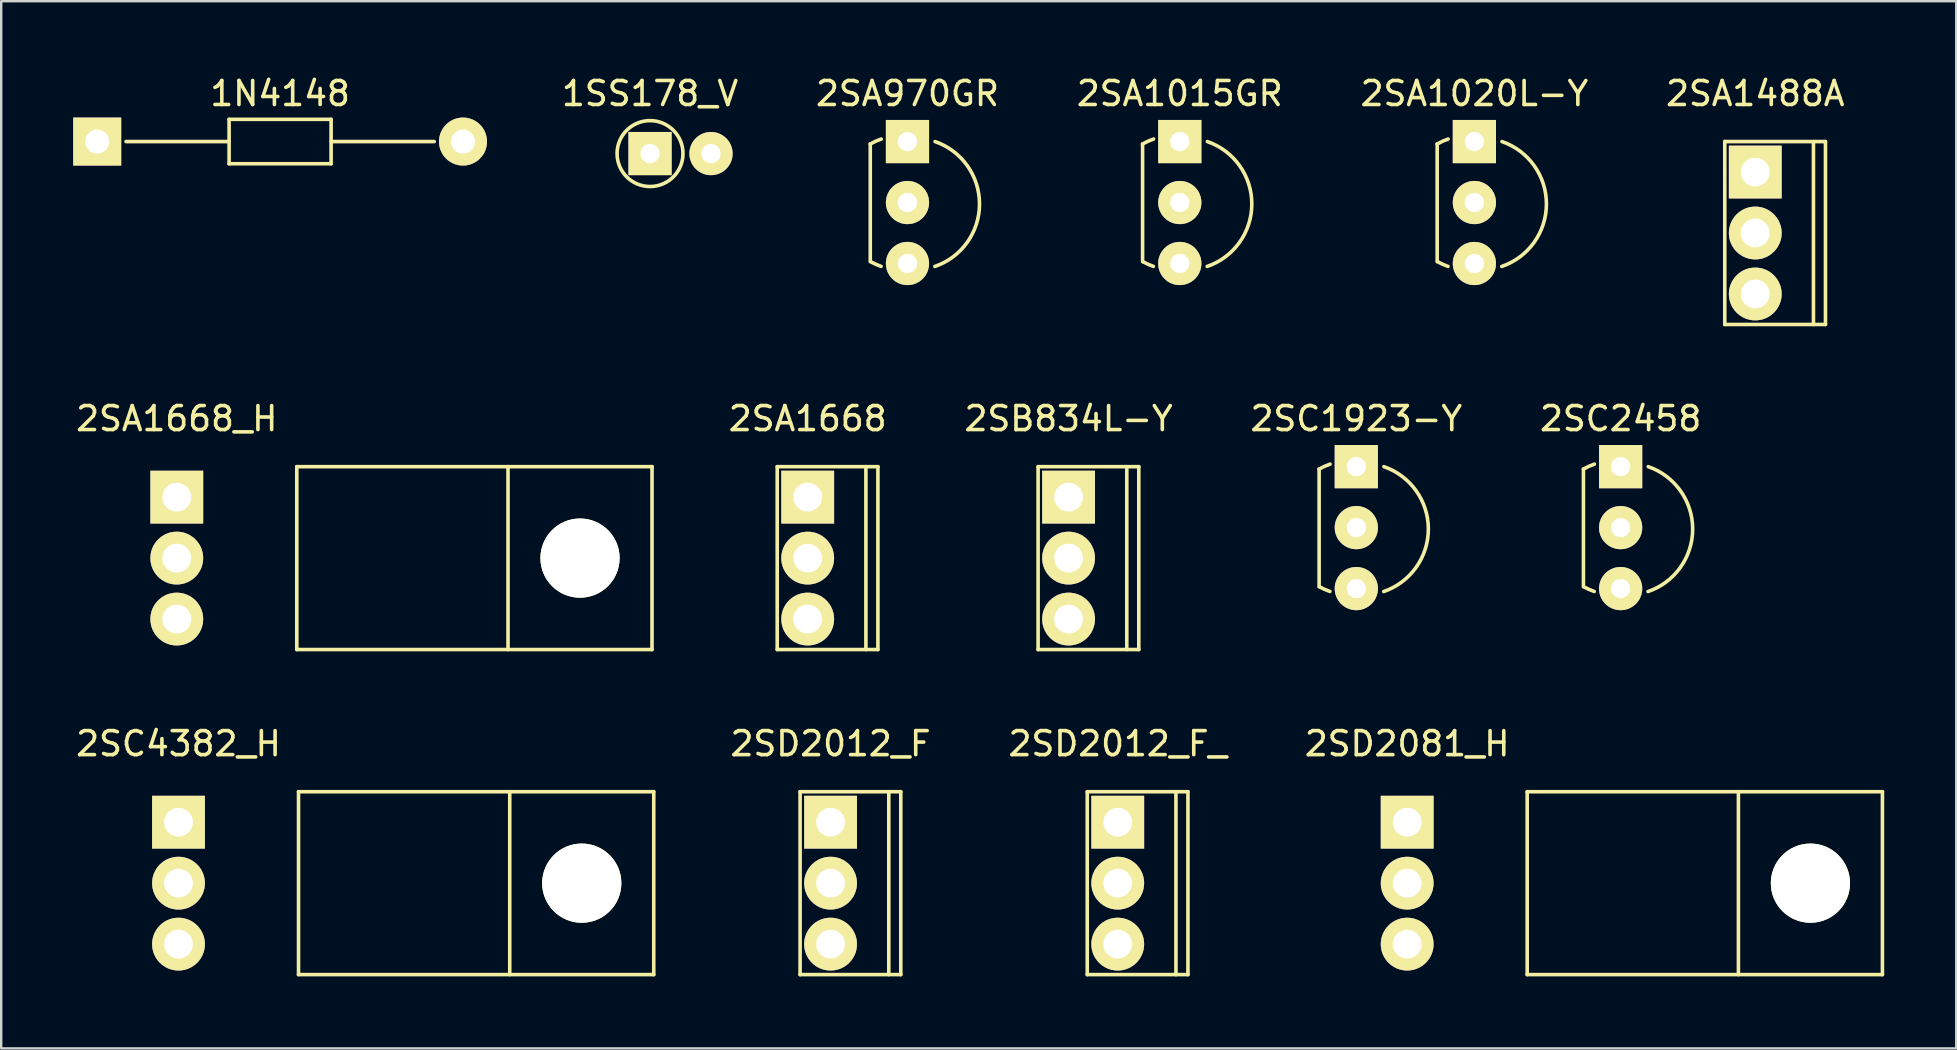
<source format=kicad_pcb>
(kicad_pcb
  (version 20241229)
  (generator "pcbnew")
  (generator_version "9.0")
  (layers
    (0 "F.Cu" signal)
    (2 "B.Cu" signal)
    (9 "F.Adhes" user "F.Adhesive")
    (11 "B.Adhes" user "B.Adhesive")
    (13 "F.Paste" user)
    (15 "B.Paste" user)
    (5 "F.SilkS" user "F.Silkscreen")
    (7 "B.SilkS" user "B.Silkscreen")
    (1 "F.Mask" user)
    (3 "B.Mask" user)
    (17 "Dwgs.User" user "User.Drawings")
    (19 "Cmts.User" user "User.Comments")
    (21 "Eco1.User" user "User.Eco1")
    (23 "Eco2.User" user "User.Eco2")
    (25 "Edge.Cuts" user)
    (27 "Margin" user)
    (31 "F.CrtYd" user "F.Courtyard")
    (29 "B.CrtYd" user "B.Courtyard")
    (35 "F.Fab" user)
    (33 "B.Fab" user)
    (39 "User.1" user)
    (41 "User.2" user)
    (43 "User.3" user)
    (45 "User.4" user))
  (footprint "2SB834L-Y"
    (layer "F.Cu")
    (at 41.47 17.662)
    (property "Reference" "2SB834L-Y" (at 0 -3.27 0) (layer "F.SilkS") (effects (font (size 1 1) (thickness 0.15))))
    (attr through_hole)
    (fp_line (start -1.27 -1.27) (end -1.27 6.35) (stroke (width 0.15) (type solid)) (layer "F.SilkS"))
    (fp_line (start -1.27 -1.27) (end 2.925 -1.27) (stroke (width 0.15) (type solid)) (layer "F.SilkS"))
    (fp_line (start -1.27 6.35) (end 2.925 6.35) (stroke (width 0.15) (type solid)) (layer "F.SilkS"))
    (fp_line (start 2.425 -1.27) (end 2.425 6.35) (stroke (width 0.15) (type solid)) (layer "F.SilkS"))
    (fp_line (start 2.925 -1.27) (end 2.925 6.35) (stroke (width 0.15) (type solid)) (layer "F.SilkS"))
    (pad "1" thru_hole rect (at 0 0) (size 2.2 2.2) (drill 1.2) (layers "*.Cu" "*.Mask" "F.SilkS"))
    (pad "2" thru_hole circle (at 0 2.54) (size 2.2 2.2) (drill 1.2) (layers "*.Cu" "*.Mask" "F.SilkS"))
    (pad "3" thru_hole circle (at 0 5.08) (size 2.2 2.2) (drill 1.2) (layers "*.Cu" "*.Mask" "F.SilkS")))
  (footprint "2SA1668_H"
    (layer "F.Cu")
    (at 4.315 17.662)
    (property "Reference" "2SA1668_H" (at 0 -3.27 0) (layer "F.SilkS") (effects (font (size 1 1) (thickness 0.15))))
    (attr through_hole)
    (fp_line (start 5 -1.27) (end 5 6.35) (stroke (width 0.15) (type solid)) (layer "F.SilkS"))
    (fp_line (start 5 -1.27) (end 19.8 -1.27) (stroke (width 0.15) (type solid)) (layer "F.SilkS"))
    (fp_line (start 5 6.35) (end 19.8 6.35) (stroke (width 0.15) (type solid)) (layer "F.SilkS"))
    (fp_line (start 13.8 -1.27) (end 13.8 6.35) (stroke (width 0.15) (type solid)) (layer "F.SilkS"))
    (fp_line (start 19.8 -1.27) (end 19.8 6.35) (stroke (width 0.15) (type solid)) (layer "F.SilkS"))
    (pad "" np_thru_hole circle (at 16.8 2.54) (size 3.3 3.3) (drill 3.3) (layers "*.Cu" "*.Mask" "F.SilkS"))
    (pad "1" thru_hole rect (at 0 0) (size 2.2 2.2) (drill 1.2) (layers "*.Cu" "*.Mask" "F.SilkS"))
    (pad "2" thru_hole circle (at 0 2.54) (size 2.2 2.2) (drill 1.2) (layers "*.Cu" "*.Mask" "F.SilkS"))
    (pad "3" thru_hole circle (at 0 5.08) (size 2.2 2.2) (drill 1.2) (layers "*.Cu" "*.Mask" "F.SilkS")))
  (footprint "2SA1020L-Y"
    (layer "F.Cu")
    (at 58.377 2.848)
    (property "Reference" "2SA1020L-Y" (at 0 -2 0) (layer "F.SilkS") (effects (font (size 1 1) (thickness 0.15))))
    (attr through_hole)
    (fp_line (start -1.55 5) (end -1.55 0.1) (stroke (width 0.15) (type solid)) (layer "F.SilkS"))
    (fp_arc (start -1.55 0.1) (mid -1.326783 -0.012505) (end -1.09461 -0.105127) (stroke (width 0.15) (type solid)) (layer "F.SilkS"))
    (fp_arc (start -1.1 5.2) (mid -1.32318 5.111666) (end -1.537812 5.004217) (stroke (width 0.15) (type solid)) (layer "F.SilkS"))
    (fp_arc (start 1.15 0) (mid 3.00136 2.60449) (end 1.14151 5.202923) (stroke (width 0.15) (type solid)) (layer "F.SilkS"))
    (pad "1" thru_hole rect (at 0 0) (size 1.8 1.8) (drill 0.8) (layers "*.Cu" "*.Mask" "F.SilkS"))
    (pad "2" thru_hole circle (at 0 2.54) (size 1.8 1.8) (drill 0.8) (layers "*.Cu" "*.Mask" "F.SilkS"))
    (pad "3" thru_hole circle (at 0 5.08) (size 1.8 1.8) (drill 0.8) (layers "*.Cu" "*.Mask" "F.SilkS")))
  (footprint "2SD2081_H"
    (layer "F.Cu")
    (at 55.577 31.205)
    (property "Reference" "2SD2081_H" (at 0 -3.27 0) (layer "F.SilkS") (effects (font (size 1 1) (thickness 0.15))))
    (attr through_hole)
    (fp_line (start 5 -1.27) (end 5 6.35) (stroke (width 0.15) (type solid)) (layer "F.SilkS"))
    (fp_line (start 5 -1.27) (end 19.8 -1.27) (stroke (width 0.15) (type solid)) (layer "F.SilkS"))
    (fp_line (start 5 6.35) (end 19.8 6.35) (stroke (width 0.15) (type solid)) (layer "F.SilkS"))
    (fp_line (start 13.8 -1.27) (end 13.8 6.35) (stroke (width 0.15) (type solid)) (layer "F.SilkS"))
    (fp_line (start 19.8 -1.27) (end 19.8 6.35) (stroke (width 0.15) (type solid)) (layer "F.SilkS"))
    (pad "" np_thru_hole circle (at 16.8 2.54) (size 3.3 3.3) (drill 3.3) (layers "*.Cu" "*.Mask" "F.SilkS"))
    (pad "1" thru_hole rect (at 0 0) (size 2.2 2.2) (drill 1.2) (layers "*.Cu" "*.Mask" "F.SilkS"))
    (pad "2" thru_hole circle (at 0 2.54) (size 2.2 2.2) (drill 1.2) (layers "*.Cu" "*.Mask" "F.SilkS"))
    (pad "3" thru_hole circle (at 0 5.08) (size 2.2 2.2) (drill 1.2) (layers "*.Cu" "*.Mask" "F.SilkS")))
  (footprint "2SC4382_H"
    (layer "F.Cu")
    (at 4.387 31.205)
    (property "Reference" "2SC4382_H" (at 0 -3.27 0) (layer "F.SilkS") (effects (font (size 1 1) (thickness 0.15))))
    (attr through_hole)
    (fp_line (start 5 -1.27) (end 5 6.35) (stroke (width 0.15) (type solid)) (layer "F.SilkS"))
    (fp_line (start 5 -1.27) (end 19.8 -1.27) (stroke (width 0.15) (type solid)) (layer "F.SilkS"))
    (fp_line (start 5 6.35) (end 19.8 6.35) (stroke (width 0.15) (type solid)) (layer "F.SilkS"))
    (fp_line (start 13.8 -1.27) (end 13.8 6.35) (stroke (width 0.15) (type solid)) (layer "F.SilkS"))
    (fp_line (start 19.8 -1.27) (end 19.8 6.35) (stroke (width 0.15) (type solid)) (layer "F.SilkS"))
    (pad "" np_thru_hole circle (at 16.8 2.54) (size 3.3 3.3) (drill 3.3) (layers "*.Cu" "*.Mask" "F.SilkS"))
    (pad "1" thru_hole rect (at 0 0) (size 2.2 2.2) (drill 1.2) (layers "*.Cu" "*.Mask" "F.SilkS"))
    (pad "2" thru_hole circle (at 0 2.54) (size 2.2 2.2) (drill 1.2) (layers "*.Cu" "*.Mask" "F.SilkS"))
    (pad "3" thru_hole circle (at 0 5.08) (size 2.2 2.2) (drill 1.2) (layers "*.Cu" "*.Mask" "F.SilkS")))
  (footprint "1SS178_V"
    (layer "F.Cu")
    (at 24.032 3.348)
    (property "Reference" "1SS178_V" (at 0 -2.5 0) (layer "F.SilkS") (effects (font (size 1 1) (thickness 0.15))))
    (attr through_hole)
    (fp_circle (center 0 0) (end 0 -1.373) (stroke (width 0.15) (type solid)) (fill no) (layer "F.SilkS"))
    (pad "1" thru_hole rect (at 0 0) (size 1.8 1.8) (drill 0.8) (layers "*.Cu" "*.Mask" "F.SilkS"))
    (pad "2" thru_hole circle (at 2.54 0) (size 1.8 1.8) (drill 0.8) (layers "*.Cu" "*.Mask" "F.SilkS")))
  (footprint "2SA1488A"
    (layer "F.Cu")
    (at 70.079 4.118)
    (property "Reference" "2SA1488A" (at 0 -3.27 0) (layer "F.SilkS") (effects (font (size 1 1) (thickness 0.15))))
    (attr through_hole)
    (fp_line (start -1.27 -1.27) (end -1.27 6.35) (stroke (width 0.15) (type solid)) (layer "F.SilkS"))
    (fp_line (start -1.27 -1.27) (end 2.925 -1.27) (stroke (width 0.15) (type solid)) (layer "F.SilkS"))
    (fp_line (start -1.27 6.35) (end 2.925 6.35) (stroke (width 0.15) (type solid)) (layer "F.SilkS"))
    (fp_line (start 2.425 -1.27) (end 2.425 6.35) (stroke (width 0.15) (type solid)) (layer "F.SilkS"))
    (fp_line (start 2.925 -1.27) (end 2.925 6.35) (stroke (width 0.15) (type solid)) (layer "F.SilkS"))
    (pad "1" thru_hole rect (at 0 0) (size 2.2 2.2) (drill 1.2) (layers "*.Cu" "*.Mask" "F.SilkS"))
    (pad "2" thru_hole circle (at 0 2.54) (size 2.2 2.2) (drill 1.2) (layers "*.Cu" "*.Mask" "F.SilkS"))
    (pad "3" thru_hole circle (at 0 5.08) (size 2.2 2.2) (drill 1.2) (layers "*.Cu" "*.Mask" "F.SilkS")))
  (footprint "2SC1923-Y"
    (layer "F.Cu")
    (at 53.458 16.392)
    (property "Reference" "2SC1923-Y" (at 0 -2 0) (layer "F.SilkS") (effects (font (size 1 1) (thickness 0.15))))
    (attr through_hole)
    (fp_line (start -1.55 5) (end -1.55 0.1) (stroke (width 0.15) (type solid)) (layer "F.SilkS"))
    (fp_arc (start -1.55 0.1) (mid -1.326783 -0.012505) (end -1.09461 -0.105127) (stroke (width 0.15) (type solid)) (layer "F.SilkS"))
    (fp_arc (start -1.1 5.2) (mid -1.32318 5.111666) (end -1.537812 5.004217) (stroke (width 0.15) (type solid)) (layer "F.SilkS"))
    (fp_arc (start 1.15 0) (mid 3.00136 2.60449) (end 1.14151 5.202923) (stroke (width 0.15) (type solid)) (layer "F.SilkS"))
    (pad "1" thru_hole rect (at 0 0) (size 1.8 1.8) (drill 0.8) (layers "*.Cu" "*.Mask" "F.SilkS"))
    (pad "2" thru_hole circle (at 0 2.54) (size 1.8 1.8) (drill 0.8) (layers "*.Cu" "*.Mask" "F.SilkS"))
    (pad "3" thru_hole circle (at 0 5.08) (size 1.8 1.8) (drill 0.8) (layers "*.Cu" "*.Mask" "F.SilkS")))
  (footprint "2SC2458"
    (layer "F.Cu")
    (at 64.47 16.392)
    (property "Reference" "2SC2458" (at 0 -2 0) (layer "F.SilkS") (effects (font (size 1 1) (thickness 0.15))))
    (attr through_hole)
    (fp_line (start -1.55 5) (end -1.55 0.1) (stroke (width 0.15) (type solid)) (layer "F.SilkS"))
    (fp_arc (start -1.55 0.1) (mid -1.326783 -0.012505) (end -1.09461 -0.105127) (stroke (width 0.15) (type solid)) (layer "F.SilkS"))
    (fp_arc (start -1.1 5.2) (mid -1.32318 5.111666) (end -1.537812 5.004217) (stroke (width 0.15) (type solid)) (layer "F.SilkS"))
    (fp_arc (start 1.15 0) (mid 3.00136 2.60449) (end 1.14151 5.202923) (stroke (width 0.15) (type solid)) (layer "F.SilkS"))
    (pad "1" thru_hole rect (at 0 0) (size 1.8 1.8) (drill 0.8) (layers "*.Cu" "*.Mask" "F.SilkS"))
    (pad "2" thru_hole circle (at 0 2.54) (size 1.8 1.8) (drill 0.8) (layers "*.Cu" "*.Mask" "F.SilkS"))
    (pad "3" thru_hole circle (at 0 5.08) (size 1.8 1.8) (drill 0.8) (layers "*.Cu" "*.Mask" "F.SilkS")))
  (footprint "2SA970GR"
    (layer "F.Cu")
    (at 34.758 2.848)
    (property "Reference" "2SA970GR" (at 0 -2 0) (layer "F.SilkS") (effects (font (size 1 1) (thickness 0.15))))
    (attr through_hole)
    (fp_line (start -1.55 5) (end -1.55 0.1) (stroke (width 0.15) (type solid)) (layer "F.SilkS"))
    (fp_arc (start -1.55 0.1) (mid -1.326783 -0.012505) (end -1.09461 -0.105127) (stroke (width 0.15) (type solid)) (layer "F.SilkS"))
    (fp_arc (start -1.1 5.2) (mid -1.32318 5.111666) (end -1.537812 5.004217) (stroke (width 0.15) (type solid)) (layer "F.SilkS"))
    (fp_arc (start 1.15 0) (mid 3.00136 2.60449) (end 1.14151 5.202923) (stroke (width 0.15) (type solid)) (layer "F.SilkS"))
    (pad "1" thru_hole rect (at 0 0) (size 1.8 1.8) (drill 0.8) (layers "*.Cu" "*.Mask" "F.SilkS"))
    (pad "2" thru_hole circle (at 0 2.54) (size 1.8 1.8) (drill 0.8) (layers "*.Cu" "*.Mask" "F.SilkS"))
    (pad "3" thru_hole circle (at 0 5.08) (size 1.8 1.8) (drill 0.8) (layers "*.Cu" "*.Mask" "F.SilkS")))
  (footprint "2SA1015GR"
    (layer "F.Cu")
    (at 46.103 2.848)
    (property "Reference" "2SA1015GR" (at 0 -2 0) (layer "F.SilkS") (effects (font (size 1 1) (thickness 0.15))))
    (attr through_hole)
    (fp_line (start -1.55 5) (end -1.55 0.1) (stroke (width 0.15) (type solid)) (layer "F.SilkS"))
    (fp_arc (start -1.55 0.1) (mid -1.326783 -0.012505) (end -1.09461 -0.105127) (stroke (width 0.15) (type solid)) (layer "F.SilkS"))
    (fp_arc (start -1.1 5.2) (mid -1.32318 5.111666) (end -1.537812 5.004217) (stroke (width 0.15) (type solid)) (layer "F.SilkS"))
    (fp_arc (start 1.15 0) (mid 3.00136 2.60449) (end 1.14151 5.202923) (stroke (width 0.15) (type solid)) (layer "F.SilkS"))
    (pad "1" thru_hole rect (at 0 0) (size 1.8 1.8) (drill 0.8) (layers "*.Cu" "*.Mask" "F.SilkS"))
    (pad "2" thru_hole circle (at 0 2.54) (size 1.8 1.8) (drill 0.8) (layers "*.Cu" "*.Mask" "F.SilkS"))
    (pad "3" thru_hole circle (at 0 5.08) (size 1.8 1.8) (drill 0.8) (layers "*.Cu" "*.Mask" "F.SilkS")))
  (footprint "2SD2012_F"
    (layer "F.Cu")
    (at 31.554 31.205)
    (property "Reference" "2SD2012_F" (at 0 -3.27 0) (layer "F.SilkS") (effects (font (size 1 1) (thickness 0.15))))
    (attr through_hole)
    (fp_line (start -1.27 -1.27) (end -1.27 6.35) (stroke (width 0.15) (type solid)) (layer "F.SilkS"))
    (fp_line (start -1.27 -1.27) (end 2.925 -1.27) (stroke (width 0.15) (type solid)) (layer "F.SilkS"))
    (fp_line (start -1.27 6.35) (end 2.925 6.35) (stroke (width 0.15) (type solid)) (layer "F.SilkS"))
    (fp_line (start 2.425 -1.27) (end 2.425 6.35) (stroke (width 0.15) (type solid)) (layer "F.SilkS"))
    (fp_line (start 2.925 -1.27) (end 2.925 6.35) (stroke (width 0.15) (type solid)) (layer "F.SilkS"))
    (pad "1" thru_hole rect (at 0 0) (size 2.2 2.2) (drill 1.2) (layers "*.Cu" "*.Mask" "F.SilkS"))
    (pad "2" thru_hole circle (at 0 2.54) (size 2.2 2.2) (drill 1.2) (layers "*.Cu" "*.Mask" "F.SilkS"))
    (pad "3" thru_hole circle (at 0 5.08) (size 2.2 2.2) (drill 1.2) (layers "*.Cu" "*.Mask" "F.SilkS")))
  (footprint "2SD2012_F_"
    (layer "F.Cu")
    (at 43.518 31.205)
    (property "Reference" "2SD2012_F_" (at 0 -3.27 0) (layer "F.SilkS") (effects (font (size 1 1) (thickness 0.15))))
    (attr through_hole)
    (fp_line (start -1.27 -1.27) (end -1.27 6.35) (stroke (width 0.15) (type solid)) (layer "F.SilkS"))
    (fp_line (start -1.27 -1.27) (end 2.925 -1.27) (stroke (width 0.15) (type solid)) (layer "F.SilkS"))
    (fp_line (start -1.27 6.35) (end 2.925 6.35) (stroke (width 0.15) (type solid)) (layer "F.SilkS"))
    (fp_line (start 2.425 -1.27) (end 2.425 6.35) (stroke (width 0.15) (type solid)) (layer "F.SilkS"))
    (fp_line (start 2.925 -1.27) (end 2.925 6.35) (stroke (width 0.15) (type solid)) (layer "F.SilkS"))
    (pad "1" thru_hole rect (at 0 0) (size 2.2 2.2) (drill 1.2) (layers "*.Cu" "*.Mask" "F.SilkS"))
    (pad "2" thru_hole circle (at 0 2.54) (size 2.2 2.2) (drill 1.2) (layers "*.Cu" "*.Mask" "F.SilkS"))
    (pad "3" thru_hole circle (at 0 5.08) (size 2.2 2.2) (drill 1.2) (layers "*.Cu" "*.Mask" "F.SilkS")))
  (footprint "2SA1668"
    (layer "F.Cu")
    (at 30.601 17.662)
    (property "Reference" "2SA1668" (at 0 -3.27 0) (layer "F.SilkS") (effects (font (size 1 1) (thickness 0.15))))
    (attr through_hole)
    (fp_line (start -1.27 -1.27) (end -1.27 6.35) (stroke (width 0.15) (type solid)) (layer "F.SilkS"))
    (fp_line (start -1.27 -1.27) (end 2.925 -1.27) (stroke (width 0.15) (type solid)) (layer "F.SilkS"))
    (fp_line (start -1.27 6.35) (end 2.925 6.35) (stroke (width 0.15) (type solid)) (layer "F.SilkS"))
    (fp_line (start 2.425 -1.27) (end 2.425 6.35) (stroke (width 0.15) (type solid)) (layer "F.SilkS"))
    (fp_line (start 2.925 -1.27) (end 2.925 6.35) (stroke (width 0.15) (type solid)) (layer "F.SilkS"))
    (pad "1" thru_hole rect (at 0 0) (size 2.2 2.2) (drill 1.2) (layers "*.Cu" "*.Mask" "F.SilkS"))
    (pad "2" thru_hole circle (at 0 2.54) (size 2.2 2.2) (drill 1.2) (layers "*.Cu" "*.Mask" "F.SilkS"))
    (pad "3" thru_hole circle (at 0 5.08) (size 2.2 2.2) (drill 1.2) (layers "*.Cu" "*.Mask" "F.SilkS")))
  (footprint "1N4148"
    (layer "F.Cu")
    (at 1 2.848)
    (property "Reference" "1N4148" (at 7.62 -2 0) (layer "F.SilkS") (effects (font (size 1 1) (thickness 0.15))))
    (attr through_hole)
    (fp_line (start 1.2 0) (end 5.495 0) (stroke (width 0.15) (type solid)) (layer "F.SilkS"))
    (fp_line (start 5.495 -0.925) (end 5.495 0.925) (stroke (width 0.15) (type solid)) (layer "F.SilkS"))
    (fp_line (start 5.495 -0.925) (end 9.745 -0.925) (stroke (width 0.15) (type solid)) (layer "F.SilkS"))
    (fp_line (start 5.495 0.925) (end 9.745 0.925) (stroke (width 0.15) (type solid)) (layer "F.SilkS"))
    (fp_line (start 9.745 0) (end 14.04 0) (stroke (width 0.15) (type solid)) (layer "F.SilkS"))
    (fp_line (start 9.745 0.925) (end 9.745 -0.925) (stroke (width 0.15) (type solid)) (layer "F.SilkS"))
    (pad "1" thru_hole rect (at 0 0) (size 2 2) (drill 1) (layers "*.Cu" "*.Mask" "F.SilkS"))
    (pad "2" thru_hole circle (at 15.24 0) (size 2 2) (drill 1) (layers "*.Cu" "*.Mask" "F.SilkS")))
  (gr_rect
    (start -3 -3)
    (end 78.452 40.63)
    (stroke (width 0.1) (type default))
    (fill no)
    (layer "Edge.Cuts")))
</source>
